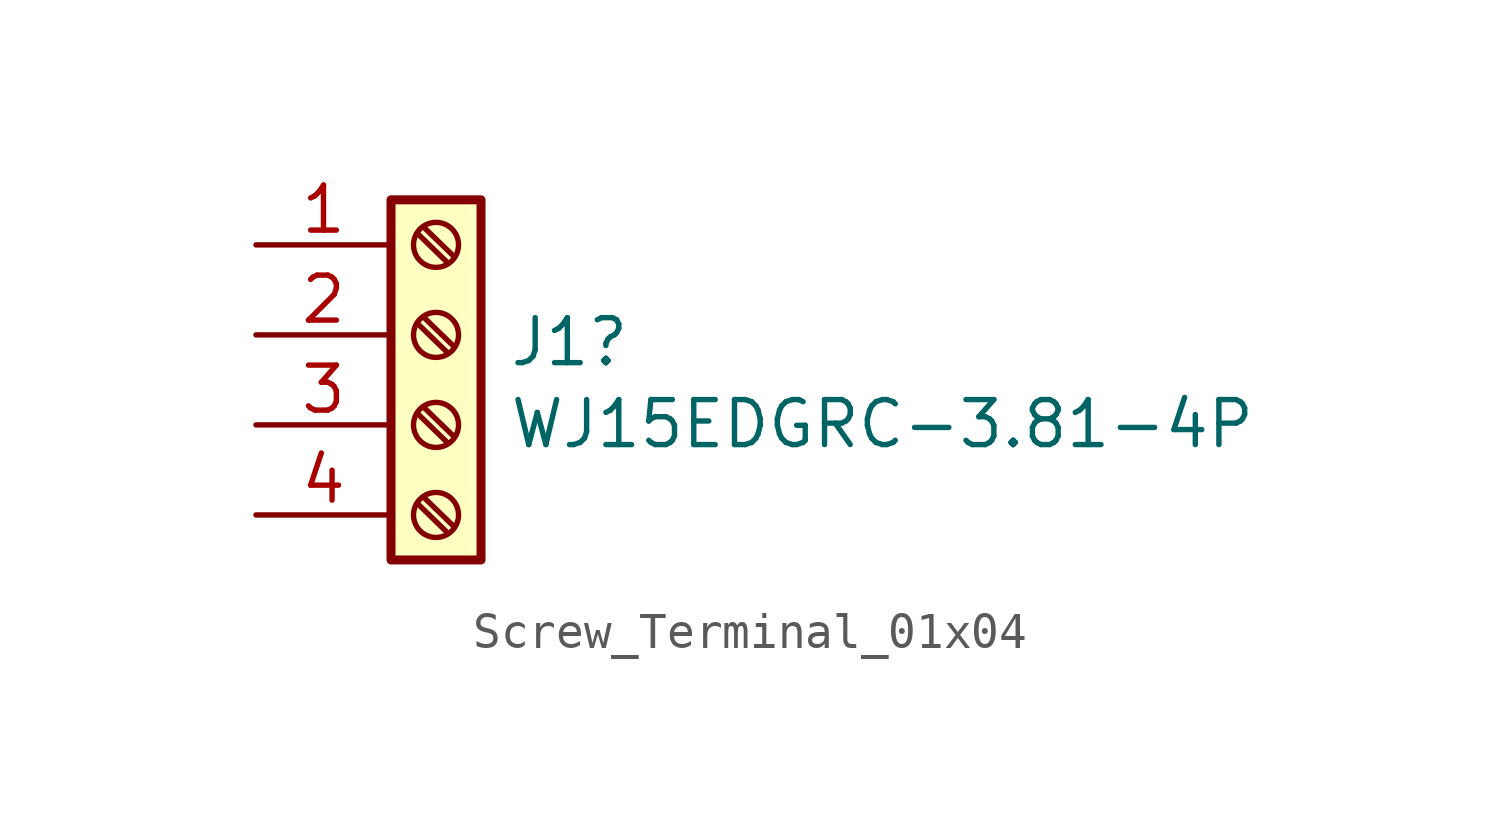
<source format=kicad_sym>
(kicad_symbol_lib
  (version 20231120)
  (generator "kicad_symbol_editor")
  (generator_version "8.0")
  (symbol "Screw_Terminal_01x04"
    (pin_names
      (offset 1.016) hide)
    (property "Reference" "J1"
      (at 2.032 -0.203 0)
      (effects (font (size 1.27 1.27)) (justify left)))
    (property "Value" "WJ15EDGRC-3.81-4P"
      (at 2.032 -2.515 0)
      (effects (font (size 1.27 1.27)) (justify left)))
    (symbol "Screw_Terminal_01x04_1_1"
      (rectangle (start -1.27 3.81) (end 1.27 -6.35) (stroke (width 0.254) (type default)) (fill (type background)))
      (circle (center 0 -5.08) (radius 0.635) (stroke (width 0.152) (type default)) (fill (type none)))
      (circle (center 0 -2.54) (radius 0.635) (stroke (width 0.152) (type default)) (fill (type none)))
      (polyline (pts (xy -0.533 -4.75) (xy 0.33 -5.588)) (stroke (width 0.152) (type default)) (fill (type none)))
      (polyline (pts (xy -0.533 -2.21) (xy 0.33 -3.048)) (stroke (width 0.152) (type default)) (fill (type none)))
      (polyline (pts (xy -0.533 0.33) (xy 0.33 -0.508)) (stroke (width 0.152) (type default)) (fill (type none)))
      (polyline (pts (xy -0.533 2.87) (xy 0.33 2.032)) (stroke (width 0.152) (type default)) (fill (type none)))
      (polyline (pts (xy -0.356 -4.572) (xy 0.508 -5.41)) (stroke (width 0.152) (type default)) (fill (type none)))
      (polyline (pts (xy -0.356 -2.032) (xy 0.508 -2.87)) (stroke (width 0.152) (type default)) (fill (type none)))
      (polyline (pts (xy -0.356 0.508) (xy 0.508 -0.33)) (stroke (width 0.152) (type default)) (fill (type none)))
      (polyline (pts (xy -0.356 3.048) (xy 0.508 2.21)) (stroke (width 0.152) (type default)) (fill (type none)))
      (circle (center 0 0) (radius 0.635) (stroke (width 0.152) (type default)) (fill (type none)))
      (circle (center 0 2.54) (radius 0.635) (stroke (width 0.152) (type default)) (fill (type none)))
      (pin passive line (at -5.08 2.54 0) (length 3.81) (name "Pin_1" (effects (font (size 1.27 1.27)))) (number "1" (effects (font (size 1.27 1.27)))))
      (pin passive line (at -5.08 0 0) (length 3.81) (name "Pin_2" (effects (font (size 1.27 1.27)))) (number "2" (effects (font (size 1.27 1.27)))))
      (pin passive line (at -5.08 -2.54 0) (length 3.81) (name "Pin_3" (effects (font (size 1.27 1.27)))) (number "3" (effects (font (size 1.27 1.27)))))
      (pin passive line (at -5.08 -5.08 0) (length 3.81) (name "Pin_4" (effects (font (size 1.27 1.27)))) (number "4" (effects (font (size 1.27 1.27))))))))
</source>
